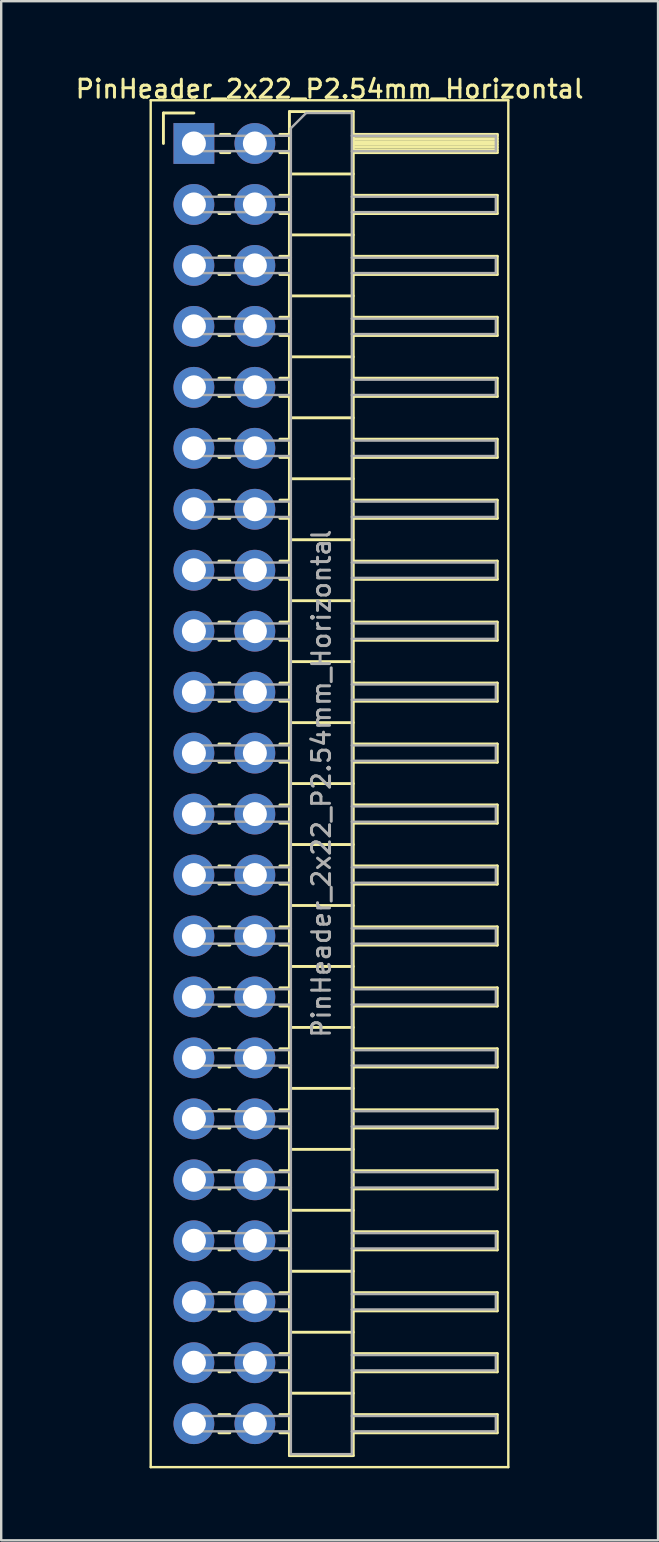
<source format=kicad_pcb>
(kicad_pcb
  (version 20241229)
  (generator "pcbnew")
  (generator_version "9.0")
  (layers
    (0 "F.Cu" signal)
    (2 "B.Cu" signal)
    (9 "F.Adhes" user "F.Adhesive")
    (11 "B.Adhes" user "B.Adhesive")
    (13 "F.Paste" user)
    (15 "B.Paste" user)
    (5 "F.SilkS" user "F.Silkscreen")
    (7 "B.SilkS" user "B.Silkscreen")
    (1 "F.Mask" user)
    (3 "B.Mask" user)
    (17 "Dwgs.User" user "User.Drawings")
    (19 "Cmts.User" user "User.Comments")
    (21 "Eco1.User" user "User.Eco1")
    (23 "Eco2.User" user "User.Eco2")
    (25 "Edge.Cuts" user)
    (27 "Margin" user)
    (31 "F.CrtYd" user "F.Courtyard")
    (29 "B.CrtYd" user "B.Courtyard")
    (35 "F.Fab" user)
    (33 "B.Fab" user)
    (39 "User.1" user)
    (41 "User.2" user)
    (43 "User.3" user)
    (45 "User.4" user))
  (footprint "PinHeader_2x22_P2.54mm_Horizontal"
    (layer "F.Cu")
    (at 5.029 2.928)
    (property "Reference" "PinHeader_2x22_P2.54mm_Horizontal" (at 5.655 -2.27 0) (layer "F.SilkS") (effects (font (size 0.75 0.75) (thickness 0.125))))
    (attr through_hole)
    (fp_line (start -1.8 -1.8) (end -1.8 55.15) (stroke (width 0.1) (type solid)) (layer "F.SilkS"))
    (fp_line (start -1.8 55.15) (end 13.1 55.15) (stroke (width 0.1) (type solid)) (layer "F.SilkS"))
    (fp_line (start -1.27 -1.27) (end 0 -1.27) (stroke (width 0.12) (type solid)) (layer "F.SilkS"))
    (fp_line (start -1.27 0) (end -1.27 -1.27) (stroke (width 0.12) (type solid)) (layer "F.SilkS"))
    (fp_line (start 1.043 2.16) (end 1.497 2.16) (stroke (width 0.12) (type solid)) (layer "F.SilkS"))
    (fp_line (start 1.043 2.92) (end 1.497 2.92) (stroke (width 0.12) (type solid)) (layer "F.SilkS"))
    (fp_line (start 1.043 4.7) (end 1.497 4.7) (stroke (width 0.12) (type solid)) (layer "F.SilkS"))
    (fp_line (start 1.043 5.46) (end 1.497 5.46) (stroke (width 0.12) (type solid)) (layer "F.SilkS"))
    (fp_line (start 1.043 7.24) (end 1.497 7.24) (stroke (width 0.12) (type solid)) (layer "F.SilkS"))
    (fp_line (start 1.043 8) (end 1.497 8) (stroke (width 0.12) (type solid)) (layer "F.SilkS"))
    (fp_line (start 1.043 9.78) (end 1.497 9.78) (stroke (width 0.12) (type solid)) (layer "F.SilkS"))
    (fp_line (start 1.043 10.54) (end 1.497 10.54) (stroke (width 0.12) (type solid)) (layer "F.SilkS"))
    (fp_line (start 1.043 12.32) (end 1.497 12.32) (stroke (width 0.12) (type solid)) (layer "F.SilkS"))
    (fp_line (start 1.043 13.08) (end 1.497 13.08) (stroke (width 0.12) (type solid)) (layer "F.SilkS"))
    (fp_line (start 1.043 14.86) (end 1.497 14.86) (stroke (width 0.12) (type solid)) (layer "F.SilkS"))
    (fp_line (start 1.043 15.62) (end 1.497 15.62) (stroke (width 0.12) (type solid)) (layer "F.SilkS"))
    (fp_line (start 1.043 17.4) (end 1.497 17.4) (stroke (width 0.12) (type solid)) (layer "F.SilkS"))
    (fp_line (start 1.043 18.16) (end 1.497 18.16) (stroke (width 0.12) (type solid)) (layer "F.SilkS"))
    (fp_line (start 1.043 19.94) (end 1.497 19.94) (stroke (width 0.12) (type solid)) (layer "F.SilkS"))
    (fp_line (start 1.043 20.7) (end 1.497 20.7) (stroke (width 0.12) (type solid)) (layer "F.SilkS"))
    (fp_line (start 1.043 22.48) (end 1.497 22.48) (stroke (width 0.12) (type solid)) (layer "F.SilkS"))
    (fp_line (start 1.043 23.24) (end 1.497 23.24) (stroke (width 0.12) (type solid)) (layer "F.SilkS"))
    (fp_line (start 1.043 25.02) (end 1.497 25.02) (stroke (width 0.12) (type solid)) (layer "F.SilkS"))
    (fp_line (start 1.043 25.78) (end 1.497 25.78) (stroke (width 0.12) (type solid)) (layer "F.SilkS"))
    (fp_line (start 1.043 27.56) (end 1.497 27.56) (stroke (width 0.12) (type solid)) (layer "F.SilkS"))
    (fp_line (start 1.043 28.32) (end 1.497 28.32) (stroke (width 0.12) (type solid)) (layer "F.SilkS"))
    (fp_line (start 1.043 30.1) (end 1.497 30.1) (stroke (width 0.12) (type solid)) (layer "F.SilkS"))
    (fp_line (start 1.043 30.86) (end 1.497 30.86) (stroke (width 0.12) (type solid)) (layer "F.SilkS"))
    (fp_line (start 1.043 32.64) (end 1.497 32.64) (stroke (width 0.12) (type solid)) (layer "F.SilkS"))
    (fp_line (start 1.043 33.4) (end 1.497 33.4) (stroke (width 0.12) (type solid)) (layer "F.SilkS"))
    (fp_line (start 1.043 35.18) (end 1.497 35.18) (stroke (width 0.12) (type solid)) (layer "F.SilkS"))
    (fp_line (start 1.043 35.94) (end 1.497 35.94) (stroke (width 0.12) (type solid)) (layer "F.SilkS"))
    (fp_line (start 1.043 37.72) (end 1.497 37.72) (stroke (width 0.12) (type solid)) (layer "F.SilkS"))
    (fp_line (start 1.043 38.48) (end 1.497 38.48) (stroke (width 0.12) (type solid)) (layer "F.SilkS"))
    (fp_line (start 1.043 40.26) (end 1.497 40.26) (stroke (width 0.12) (type solid)) (layer "F.SilkS"))
    (fp_line (start 1.043 41.02) (end 1.497 41.02) (stroke (width 0.12) (type solid)) (layer "F.SilkS"))
    (fp_line (start 1.043 42.8) (end 1.497 42.8) (stroke (width 0.12) (type solid)) (layer "F.SilkS"))
    (fp_line (start 1.043 43.56) (end 1.497 43.56) (stroke (width 0.12) (type solid)) (layer "F.SilkS"))
    (fp_line (start 1.043 45.34) (end 1.497 45.34) (stroke (width 0.12) (type solid)) (layer "F.SilkS"))
    (fp_line (start 1.043 46.1) (end 1.497 46.1) (stroke (width 0.12) (type solid)) (layer "F.SilkS"))
    (fp_line (start 1.043 47.88) (end 1.497 47.88) (stroke (width 0.12) (type solid)) (layer "F.SilkS"))
    (fp_line (start 1.043 48.64) (end 1.497 48.64) (stroke (width 0.12) (type solid)) (layer "F.SilkS"))
    (fp_line (start 1.043 50.42) (end 1.497 50.42) (stroke (width 0.12) (type solid)) (layer "F.SilkS"))
    (fp_line (start 1.043 51.18) (end 1.497 51.18) (stroke (width 0.12) (type solid)) (layer "F.SilkS"))
    (fp_line (start 1.043 52.96) (end 1.497 52.96) (stroke (width 0.12) (type solid)) (layer "F.SilkS"))
    (fp_line (start 1.043 53.72) (end 1.497 53.72) (stroke (width 0.12) (type solid)) (layer "F.SilkS"))
    (fp_line (start 1.11 -0.38) (end 1.497 -0.38) (stroke (width 0.12) (type solid)) (layer "F.SilkS"))
    (fp_line (start 1.11 0.38) (end 1.497 0.38) (stroke (width 0.12) (type solid)) (layer "F.SilkS"))
    (fp_line (start 3.583 -0.38) (end 3.98 -0.38) (stroke (width 0.12) (type solid)) (layer "F.SilkS"))
    (fp_line (start 3.583 0.38) (end 3.98 0.38) (stroke (width 0.12) (type solid)) (layer "F.SilkS"))
    (fp_line (start 3.583 2.16) (end 3.98 2.16) (stroke (width 0.12) (type solid)) (layer "F.SilkS"))
    (fp_line (start 3.583 2.92) (end 3.98 2.92) (stroke (width 0.12) (type solid)) (layer "F.SilkS"))
    (fp_line (start 3.583 4.7) (end 3.98 4.7) (stroke (width 0.12) (type solid)) (layer "F.SilkS"))
    (fp_line (start 3.583 5.46) (end 3.98 5.46) (stroke (width 0.12) (type solid)) (layer "F.SilkS"))
    (fp_line (start 3.583 7.24) (end 3.98 7.24) (stroke (width 0.12) (type solid)) (layer "F.SilkS"))
    (fp_line (start 3.583 8) (end 3.98 8) (stroke (width 0.12) (type solid)) (layer "F.SilkS"))
    (fp_line (start 3.583 9.78) (end 3.98 9.78) (stroke (width 0.12) (type solid)) (layer "F.SilkS"))
    (fp_line (start 3.583 10.54) (end 3.98 10.54) (stroke (width 0.12) (type solid)) (layer "F.SilkS"))
    (fp_line (start 3.583 12.32) (end 3.98 12.32) (stroke (width 0.12) (type solid)) (layer "F.SilkS"))
    (fp_line (start 3.583 13.08) (end 3.98 13.08) (stroke (width 0.12) (type solid)) (layer "F.SilkS"))
    (fp_line (start 3.583 14.86) (end 3.98 14.86) (stroke (width 0.12) (type solid)) (layer "F.SilkS"))
    (fp_line (start 3.583 15.62) (end 3.98 15.62) (stroke (width 0.12) (type solid)) (layer "F.SilkS"))
    (fp_line (start 3.583 17.4) (end 3.98 17.4) (stroke (width 0.12) (type solid)) (layer "F.SilkS"))
    (fp_line (start 3.583 18.16) (end 3.98 18.16) (stroke (width 0.12) (type solid)) (layer "F.SilkS"))
    (fp_line (start 3.583 19.94) (end 3.98 19.94) (stroke (width 0.12) (type solid)) (layer "F.SilkS"))
    (fp_line (start 3.583 20.7) (end 3.98 20.7) (stroke (width 0.12) (type solid)) (layer "F.SilkS"))
    (fp_line (start 3.583 22.48) (end 3.98 22.48) (stroke (width 0.12) (type solid)) (layer "F.SilkS"))
    (fp_line (start 3.583 23.24) (end 3.98 23.24) (stroke (width 0.12) (type solid)) (layer "F.SilkS"))
    (fp_line (start 3.583 25.02) (end 3.98 25.02) (stroke (width 0.12) (type solid)) (layer "F.SilkS"))
    (fp_line (start 3.583 25.78) (end 3.98 25.78) (stroke (width 0.12) (type solid)) (layer "F.SilkS"))
    (fp_line (start 3.583 27.56) (end 3.98 27.56) (stroke (width 0.12) (type solid)) (layer "F.SilkS"))
    (fp_line (start 3.583 28.32) (end 3.98 28.32) (stroke (width 0.12) (type solid)) (layer "F.SilkS"))
    (fp_line (start 3.583 30.1) (end 3.98 30.1) (stroke (width 0.12) (type solid)) (layer "F.SilkS"))
    (fp_line (start 3.583 30.86) (end 3.98 30.86) (stroke (width 0.12) (type solid)) (layer "F.SilkS"))
    (fp_line (start 3.583 32.64) (end 3.98 32.64) (stroke (width 0.12) (type solid)) (layer "F.SilkS"))
    (fp_line (start 3.583 33.4) (end 3.98 33.4) (stroke (width 0.12) (type solid)) (layer "F.SilkS"))
    (fp_line (start 3.583 35.18) (end 3.98 35.18) (stroke (width 0.12) (type solid)) (layer "F.SilkS"))
    (fp_line (start 3.583 35.94) (end 3.98 35.94) (stroke (width 0.12) (type solid)) (layer "F.SilkS"))
    (fp_line (start 3.583 37.72) (end 3.98 37.72) (stroke (width 0.12) (type solid)) (layer "F.SilkS"))
    (fp_line (start 3.583 38.48) (end 3.98 38.48) (stroke (width 0.12) (type solid)) (layer "F.SilkS"))
    (fp_line (start 3.583 40.26) (end 3.98 40.26) (stroke (width 0.12) (type solid)) (layer "F.SilkS"))
    (fp_line (start 3.583 41.02) (end 3.98 41.02) (stroke (width 0.12) (type solid)) (layer "F.SilkS"))
    (fp_line (start 3.583 42.8) (end 3.98 42.8) (stroke (width 0.12) (type solid)) (layer "F.SilkS"))
    (fp_line (start 3.583 43.56) (end 3.98 43.56) (stroke (width 0.12) (type solid)) (layer "F.SilkS"))
    (fp_line (start 3.583 45.34) (end 3.98 45.34) (stroke (width 0.12) (type solid)) (layer "F.SilkS"))
    (fp_line (start 3.583 46.1) (end 3.98 46.1) (stroke (width 0.12) (type solid)) (layer "F.SilkS"))
    (fp_line (start 3.583 47.88) (end 3.98 47.88) (stroke (width 0.12) (type solid)) (layer "F.SilkS"))
    (fp_line (start 3.583 48.64) (end 3.98 48.64) (stroke (width 0.12) (type solid)) (layer "F.SilkS"))
    (fp_line (start 3.583 50.42) (end 3.98 50.42) (stroke (width 0.12) (type solid)) (layer "F.SilkS"))
    (fp_line (start 3.583 51.18) (end 3.98 51.18) (stroke (width 0.12) (type solid)) (layer "F.SilkS"))
    (fp_line (start 3.583 52.96) (end 3.98 52.96) (stroke (width 0.12) (type solid)) (layer "F.SilkS"))
    (fp_line (start 3.583 53.72) (end 3.98 53.72) (stroke (width 0.12) (type solid)) (layer "F.SilkS"))
    (fp_line (start 3.98 -1.33) (end 3.98 54.67) (stroke (width 0.12) (type solid)) (layer "F.SilkS"))
    (fp_line (start 3.98 1.27) (end 6.64 1.27) (stroke (width 0.12) (type solid)) (layer "F.SilkS"))
    (fp_line (start 3.98 3.81) (end 6.64 3.81) (stroke (width 0.12) (type solid)) (layer "F.SilkS"))
    (fp_line (start 3.98 6.35) (end 6.64 6.35) (stroke (width 0.12) (type solid)) (layer "F.SilkS"))
    (fp_line (start 3.98 8.89) (end 6.64 8.89) (stroke (width 0.12) (type solid)) (layer "F.SilkS"))
    (fp_line (start 3.98 11.43) (end 6.64 11.43) (stroke (width 0.12) (type solid)) (layer "F.SilkS"))
    (fp_line (start 3.98 13.97) (end 6.64 13.97) (stroke (width 0.12) (type solid)) (layer "F.SilkS"))
    (fp_line (start 3.98 16.51) (end 6.64 16.51) (stroke (width 0.12) (type solid)) (layer "F.SilkS"))
    (fp_line (start 3.98 19.05) (end 6.64 19.05) (stroke (width 0.12) (type solid)) (layer "F.SilkS"))
    (fp_line (start 3.98 21.59) (end 6.64 21.59) (stroke (width 0.12) (type solid)) (layer "F.SilkS"))
    (fp_line (start 3.98 24.13) (end 6.64 24.13) (stroke (width 0.12) (type solid)) (layer "F.SilkS"))
    (fp_line (start 3.98 26.67) (end 6.64 26.67) (stroke (width 0.12) (type solid)) (layer "F.SilkS"))
    (fp_line (start 3.98 29.21) (end 6.64 29.21) (stroke (width 0.12) (type solid)) (layer "F.SilkS"))
    (fp_line (start 3.98 31.75) (end 6.64 31.75) (stroke (width 0.12) (type solid)) (layer "F.SilkS"))
    (fp_line (start 3.98 34.29) (end 6.64 34.29) (stroke (width 0.12) (type solid)) (layer "F.SilkS"))
    (fp_line (start 3.98 36.83) (end 6.64 36.83) (stroke (width 0.12) (type solid)) (layer "F.SilkS"))
    (fp_line (start 3.98 39.37) (end 6.64 39.37) (stroke (width 0.12) (type solid)) (layer "F.SilkS"))
    (fp_line (start 3.98 41.91) (end 6.64 41.91) (stroke (width 0.12) (type solid)) (layer "F.SilkS"))
    (fp_line (start 3.98 44.45) (end 6.64 44.45) (stroke (width 0.12) (type solid)) (layer "F.SilkS"))
    (fp_line (start 3.98 46.99) (end 6.64 46.99) (stroke (width 0.12) (type solid)) (layer "F.SilkS"))
    (fp_line (start 3.98 49.53) (end 6.64 49.53) (stroke (width 0.12) (type solid)) (layer "F.SilkS"))
    (fp_line (start 3.98 52.07) (end 6.64 52.07) (stroke (width 0.12) (type solid)) (layer "F.SilkS"))
    (fp_line (start 3.98 54.67) (end 6.64 54.67) (stroke (width 0.12) (type solid)) (layer "F.SilkS"))
    (fp_line (start 6.64 -1.33) (end 3.98 -1.33) (stroke (width 0.12) (type solid)) (layer "F.SilkS"))
    (fp_line (start 6.64 -0.38) (end 12.64 -0.38) (stroke (width 0.12) (type solid)) (layer "F.SilkS"))
    (fp_line (start 6.64 -0.32) (end 12.64 -0.32) (stroke (width 0.12) (type solid)) (layer "F.SilkS"))
    (fp_line (start 6.64 -0.2) (end 12.64 -0.2) (stroke (width 0.12) (type solid)) (layer "F.SilkS"))
    (fp_line (start 6.64 -0.08) (end 12.64 -0.08) (stroke (width 0.12) (type solid)) (layer "F.SilkS"))
    (fp_line (start 6.64 0.04) (end 12.64 0.04) (stroke (width 0.12) (type solid)) (layer "F.SilkS"))
    (fp_line (start 6.64 0.16) (end 12.64 0.16) (stroke (width 0.12) (type solid)) (layer "F.SilkS"))
    (fp_line (start 6.64 0.28) (end 12.64 0.28) (stroke (width 0.12) (type solid)) (layer "F.SilkS"))
    (fp_line (start 6.64 2.16) (end 12.64 2.16) (stroke (width 0.12) (type solid)) (layer "F.SilkS"))
    (fp_line (start 6.64 4.7) (end 12.64 4.7) (stroke (width 0.12) (type solid)) (layer "F.SilkS"))
    (fp_line (start 6.64 7.24) (end 12.64 7.24) (stroke (width 0.12) (type solid)) (layer "F.SilkS"))
    (fp_line (start 6.64 9.78) (end 12.64 9.78) (stroke (width 0.12) (type solid)) (layer "F.SilkS"))
    (fp_line (start 6.64 12.32) (end 12.64 12.32) (stroke (width 0.12) (type solid)) (layer "F.SilkS"))
    (fp_line (start 6.64 14.86) (end 12.64 14.86) (stroke (width 0.12) (type solid)) (layer "F.SilkS"))
    (fp_line (start 6.64 17.4) (end 12.64 17.4) (stroke (width 0.12) (type solid)) (layer "F.SilkS"))
    (fp_line (start 6.64 19.94) (end 12.64 19.94) (stroke (width 0.12) (type solid)) (layer "F.SilkS"))
    (fp_line (start 6.64 22.48) (end 12.64 22.48) (stroke (width 0.12) (type solid)) (layer "F.SilkS"))
    (fp_line (start 6.64 25.02) (end 12.64 25.02) (stroke (width 0.12) (type solid)) (layer "F.SilkS"))
    (fp_line (start 6.64 27.56) (end 12.64 27.56) (stroke (width 0.12) (type solid)) (layer "F.SilkS"))
    (fp_line (start 6.64 30.1) (end 12.64 30.1) (stroke (width 0.12) (type solid)) (layer "F.SilkS"))
    (fp_line (start 6.64 32.64) (end 12.64 32.64) (stroke (width 0.12) (type solid)) (layer "F.SilkS"))
    (fp_line (start 6.64 35.18) (end 12.64 35.18) (stroke (width 0.12) (type solid)) (layer "F.SilkS"))
    (fp_line (start 6.64 37.72) (end 12.64 37.72) (stroke (width 0.12) (type solid)) (layer "F.SilkS"))
    (fp_line (start 6.64 40.26) (end 12.64 40.26) (stroke (width 0.12) (type solid)) (layer "F.SilkS"))
    (fp_line (start 6.64 42.8) (end 12.64 42.8) (stroke (width 0.12) (type solid)) (layer "F.SilkS"))
    (fp_line (start 6.64 45.34) (end 12.64 45.34) (stroke (width 0.12) (type solid)) (layer "F.SilkS"))
    (fp_line (start 6.64 47.88) (end 12.64 47.88) (stroke (width 0.12) (type solid)) (layer "F.SilkS"))
    (fp_line (start 6.64 50.42) (end 12.64 50.42) (stroke (width 0.12) (type solid)) (layer "F.SilkS"))
    (fp_line (start 6.64 52.96) (end 12.64 52.96) (stroke (width 0.12) (type solid)) (layer "F.SilkS"))
    (fp_line (start 6.64 54.67) (end 6.64 -1.33) (stroke (width 0.12) (type solid)) (layer "F.SilkS"))
    (fp_line (start 12.64 -0.38) (end 12.64 0.38) (stroke (width 0.12) (type solid)) (layer "F.SilkS"))
    (fp_line (start 12.64 0.38) (end 6.64 0.38) (stroke (width 0.12) (type solid)) (layer "F.SilkS"))
    (fp_line (start 12.64 2.16) (end 12.64 2.92) (stroke (width 0.12) (type solid)) (layer "F.SilkS"))
    (fp_line (start 12.64 2.92) (end 6.64 2.92) (stroke (width 0.12) (type solid)) (layer "F.SilkS"))
    (fp_line (start 12.64 4.7) (end 12.64 5.46) (stroke (width 0.12) (type solid)) (layer "F.SilkS"))
    (fp_line (start 12.64 5.46) (end 6.64 5.46) (stroke (width 0.12) (type solid)) (layer "F.SilkS"))
    (fp_line (start 12.64 7.24) (end 12.64 8) (stroke (width 0.12) (type solid)) (layer "F.SilkS"))
    (fp_line (start 12.64 8) (end 6.64 8) (stroke (width 0.12) (type solid)) (layer "F.SilkS"))
    (fp_line (start 12.64 9.78) (end 12.64 10.54) (stroke (width 0.12) (type solid)) (layer "F.SilkS"))
    (fp_line (start 12.64 10.54) (end 6.64 10.54) (stroke (width 0.12) (type solid)) (layer "F.SilkS"))
    (fp_line (start 12.64 12.32) (end 12.64 13.08) (stroke (width 0.12) (type solid)) (layer "F.SilkS"))
    (fp_line (start 12.64 13.08) (end 6.64 13.08) (stroke (width 0.12) (type solid)) (layer "F.SilkS"))
    (fp_line (start 12.64 14.86) (end 12.64 15.62) (stroke (width 0.12) (type solid)) (layer "F.SilkS"))
    (fp_line (start 12.64 15.62) (end 6.64 15.62) (stroke (width 0.12) (type solid)) (layer "F.SilkS"))
    (fp_line (start 12.64 17.4) (end 12.64 18.16) (stroke (width 0.12) (type solid)) (layer "F.SilkS"))
    (fp_line (start 12.64 18.16) (end 6.64 18.16) (stroke (width 0.12) (type solid)) (layer "F.SilkS"))
    (fp_line (start 12.64 19.94) (end 12.64 20.7) (stroke (width 0.12) (type solid)) (layer "F.SilkS"))
    (fp_line (start 12.64 20.7) (end 6.64 20.7) (stroke (width 0.12) (type solid)) (layer "F.SilkS"))
    (fp_line (start 12.64 22.48) (end 12.64 23.24) (stroke (width 0.12) (type solid)) (layer "F.SilkS"))
    (fp_line (start 12.64 23.24) (end 6.64 23.24) (stroke (width 0.12) (type solid)) (layer "F.SilkS"))
    (fp_line (start 12.64 25.02) (end 12.64 25.78) (stroke (width 0.12) (type solid)) (layer "F.SilkS"))
    (fp_line (start 12.64 25.78) (end 6.64 25.78) (stroke (width 0.12) (type solid)) (layer "F.SilkS"))
    (fp_line (start 12.64 27.56) (end 12.64 28.32) (stroke (width 0.12) (type solid)) (layer "F.SilkS"))
    (fp_line (start 12.64 28.32) (end 6.64 28.32) (stroke (width 0.12) (type solid)) (layer "F.SilkS"))
    (fp_line (start 12.64 30.1) (end 12.64 30.86) (stroke (width 0.12) (type solid)) (layer "F.SilkS"))
    (fp_line (start 12.64 30.86) (end 6.64 30.86) (stroke (width 0.12) (type solid)) (layer "F.SilkS"))
    (fp_line (start 12.64 32.64) (end 12.64 33.4) (stroke (width 0.12) (type solid)) (layer "F.SilkS"))
    (fp_line (start 12.64 33.4) (end 6.64 33.4) (stroke (width 0.12) (type solid)) (layer "F.SilkS"))
    (fp_line (start 12.64 35.18) (end 12.64 35.94) (stroke (width 0.12) (type solid)) (layer "F.SilkS"))
    (fp_line (start 12.64 35.94) (end 6.64 35.94) (stroke (width 0.12) (type solid)) (layer "F.SilkS"))
    (fp_line (start 12.64 37.72) (end 12.64 38.48) (stroke (width 0.12) (type solid)) (layer "F.SilkS"))
    (fp_line (start 12.64 38.48) (end 6.64 38.48) (stroke (width 0.12) (type solid)) (layer "F.SilkS"))
    (fp_line (start 12.64 40.26) (end 12.64 41.02) (stroke (width 0.12) (type solid)) (layer "F.SilkS"))
    (fp_line (start 12.64 41.02) (end 6.64 41.02) (stroke (width 0.12) (type solid)) (layer "F.SilkS"))
    (fp_line (start 12.64 42.8) (end 12.64 43.56) (stroke (width 0.12) (type solid)) (layer "F.SilkS"))
    (fp_line (start 12.64 43.56) (end 6.64 43.56) (stroke (width 0.12) (type solid)) (layer "F.SilkS"))
    (fp_line (start 12.64 45.34) (end 12.64 46.1) (stroke (width 0.12) (type solid)) (layer "F.SilkS"))
    (fp_line (start 12.64 46.1) (end 6.64 46.1) (stroke (width 0.12) (type solid)) (layer "F.SilkS"))
    (fp_line (start 12.64 47.88) (end 12.64 48.64) (stroke (width 0.12) (type solid)) (layer "F.SilkS"))
    (fp_line (start 12.64 48.64) (end 6.64 48.64) (stroke (width 0.12) (type solid)) (layer "F.SilkS"))
    (fp_line (start 12.64 50.42) (end 12.64 51.18) (stroke (width 0.12) (type solid)) (layer "F.SilkS"))
    (fp_line (start 12.64 51.18) (end 6.64 51.18) (stroke (width 0.12) (type solid)) (layer "F.SilkS"))
    (fp_line (start 12.64 52.96) (end 12.64 53.72) (stroke (width 0.12) (type solid)) (layer "F.SilkS"))
    (fp_line (start 12.64 53.72) (end 6.64 53.72) (stroke (width 0.12) (type solid)) (layer "F.SilkS"))
    (fp_line (start 13.1 -1.8) (end -1.8 -1.8) (stroke (width 0.1) (type solid)) (layer "F.SilkS"))
    (fp_line (start 13.1 55.15) (end 13.1 -1.8) (stroke (width 0.1) (type solid)) (layer "F.SilkS"))
    (fp_line (start -0.32 -0.32) (end -0.32 0.32) (stroke (width 0.1) (type solid)) (layer "F.Fab"))
    (fp_line (start -0.32 -0.32) (end 4.04 -0.32) (stroke (width 0.1) (type solid)) (layer "F.Fab"))
    (fp_line (start -0.32 0.32) (end 4.04 0.32) (stroke (width 0.1) (type solid)) (layer "F.Fab"))
    (fp_line (start -0.32 2.22) (end -0.32 2.86) (stroke (width 0.1) (type solid)) (layer "F.Fab"))
    (fp_line (start -0.32 2.22) (end 4.04 2.22) (stroke (width 0.1) (type solid)) (layer "F.Fab"))
    (fp_line (start -0.32 2.86) (end 4.04 2.86) (stroke (width 0.1) (type solid)) (layer "F.Fab"))
    (fp_line (start -0.32 4.76) (end -0.32 5.4) (stroke (width 0.1) (type solid)) (layer "F.Fab"))
    (fp_line (start -0.32 4.76) (end 4.04 4.76) (stroke (width 0.1) (type solid)) (layer "F.Fab"))
    (fp_line (start -0.32 5.4) (end 4.04 5.4) (stroke (width 0.1) (type solid)) (layer "F.Fab"))
    (fp_line (start -0.32 7.3) (end -0.32 7.94) (stroke (width 0.1) (type solid)) (layer "F.Fab"))
    (fp_line (start -0.32 7.3) (end 4.04 7.3) (stroke (width 0.1) (type solid)) (layer "F.Fab"))
    (fp_line (start -0.32 7.94) (end 4.04 7.94) (stroke (width 0.1) (type solid)) (layer "F.Fab"))
    (fp_line (start -0.32 9.84) (end -0.32 10.48) (stroke (width 0.1) (type solid)) (layer "F.Fab"))
    (fp_line (start -0.32 9.84) (end 4.04 9.84) (stroke (width 0.1) (type solid)) (layer "F.Fab"))
    (fp_line (start -0.32 10.48) (end 4.04 10.48) (stroke (width 0.1) (type solid)) (layer "F.Fab"))
    (fp_line (start -0.32 12.38) (end -0.32 13.02) (stroke (width 0.1) (type solid)) (layer "F.Fab"))
    (fp_line (start -0.32 12.38) (end 4.04 12.38) (stroke (width 0.1) (type solid)) (layer "F.Fab"))
    (fp_line (start -0.32 13.02) (end 4.04 13.02) (stroke (width 0.1) (type solid)) (layer "F.Fab"))
    (fp_line (start -0.32 14.92) (end -0.32 15.56) (stroke (width 0.1) (type solid)) (layer "F.Fab"))
    (fp_line (start -0.32 14.92) (end 4.04 14.92) (stroke (width 0.1) (type solid)) (layer "F.Fab"))
    (fp_line (start -0.32 15.56) (end 4.04 15.56) (stroke (width 0.1) (type solid)) (layer "F.Fab"))
    (fp_line (start -0.32 17.46) (end -0.32 18.1) (stroke (width 0.1) (type solid)) (layer "F.Fab"))
    (fp_line (start -0.32 17.46) (end 4.04 17.46) (stroke (width 0.1) (type solid)) (layer "F.Fab"))
    (fp_line (start -0.32 18.1) (end 4.04 18.1) (stroke (width 0.1) (type solid)) (layer "F.Fab"))
    (fp_line (start -0.32 20) (end -0.32 20.64) (stroke (width 0.1) (type solid)) (layer "F.Fab"))
    (fp_line (start -0.32 20) (end 4.04 20) (stroke (width 0.1) (type solid)) (layer "F.Fab"))
    (fp_line (start -0.32 20.64) (end 4.04 20.64) (stroke (width 0.1) (type solid)) (layer "F.Fab"))
    (fp_line (start -0.32 22.54) (end -0.32 23.18) (stroke (width 0.1) (type solid)) (layer "F.Fab"))
    (fp_line (start -0.32 22.54) (end 4.04 22.54) (stroke (width 0.1) (type solid)) (layer "F.Fab"))
    (fp_line (start -0.32 23.18) (end 4.04 23.18) (stroke (width 0.1) (type solid)) (layer "F.Fab"))
    (fp_line (start -0.32 25.08) (end -0.32 25.72) (stroke (width 0.1) (type solid)) (layer "F.Fab"))
    (fp_line (start -0.32 25.08) (end 4.04 25.08) (stroke (width 0.1) (type solid)) (layer "F.Fab"))
    (fp_line (start -0.32 25.72) (end 4.04 25.72) (stroke (width 0.1) (type solid)) (layer "F.Fab"))
    (fp_line (start -0.32 27.62) (end -0.32 28.26) (stroke (width 0.1) (type solid)) (layer "F.Fab"))
    (fp_line (start -0.32 27.62) (end 4.04 27.62) (stroke (width 0.1) (type solid)) (layer "F.Fab"))
    (fp_line (start -0.32 28.26) (end 4.04 28.26) (stroke (width 0.1) (type solid)) (layer "F.Fab"))
    (fp_line (start -0.32 30.16) (end -0.32 30.8) (stroke (width 0.1) (type solid)) (layer "F.Fab"))
    (fp_line (start -0.32 30.16) (end 4.04 30.16) (stroke (width 0.1) (type solid)) (layer "F.Fab"))
    (fp_line (start -0.32 30.8) (end 4.04 30.8) (stroke (width 0.1) (type solid)) (layer "F.Fab"))
    (fp_line (start -0.32 32.7) (end -0.32 33.34) (stroke (width 0.1) (type solid)) (layer "F.Fab"))
    (fp_line (start -0.32 32.7) (end 4.04 32.7) (stroke (width 0.1) (type solid)) (layer "F.Fab"))
    (fp_line (start -0.32 33.34) (end 4.04 33.34) (stroke (width 0.1) (type solid)) (layer "F.Fab"))
    (fp_line (start -0.32 35.24) (end -0.32 35.88) (stroke (width 0.1) (type solid)) (layer "F.Fab"))
    (fp_line (start -0.32 35.24) (end 4.04 35.24) (stroke (width 0.1) (type solid)) (layer "F.Fab"))
    (fp_line (start -0.32 35.88) (end 4.04 35.88) (stroke (width 0.1) (type solid)) (layer "F.Fab"))
    (fp_line (start -0.32 37.78) (end -0.32 38.42) (stroke (width 0.1) (type solid)) (layer "F.Fab"))
    (fp_line (start -0.32 37.78) (end 4.04 37.78) (stroke (width 0.1) (type solid)) (layer "F.Fab"))
    (fp_line (start -0.32 38.42) (end 4.04 38.42) (stroke (width 0.1) (type solid)) (layer "F.Fab"))
    (fp_line (start -0.32 40.32) (end -0.32 40.96) (stroke (width 0.1) (type solid)) (layer "F.Fab"))
    (fp_line (start -0.32 40.32) (end 4.04 40.32) (stroke (width 0.1) (type solid)) (layer "F.Fab"))
    (fp_line (start -0.32 40.96) (end 4.04 40.96) (stroke (width 0.1) (type solid)) (layer "F.Fab"))
    (fp_line (start -0.32 42.86) (end -0.32 43.5) (stroke (width 0.1) (type solid)) (layer "F.Fab"))
    (fp_line (start -0.32 42.86) (end 4.04 42.86) (stroke (width 0.1) (type solid)) (layer "F.Fab"))
    (fp_line (start -0.32 43.5) (end 4.04 43.5) (stroke (width 0.1) (type solid)) (layer "F.Fab"))
    (fp_line (start -0.32 45.4) (end -0.32 46.04) (stroke (width 0.1) (type solid)) (layer "F.Fab"))
    (fp_line (start -0.32 45.4) (end 4.04 45.4) (stroke (width 0.1) (type solid)) (layer "F.Fab"))
    (fp_line (start -0.32 46.04) (end 4.04 46.04) (stroke (width 0.1) (type solid)) (layer "F.Fab"))
    (fp_line (start -0.32 47.94) (end -0.32 48.58) (stroke (width 0.1) (type solid)) (layer "F.Fab"))
    (fp_line (start -0.32 47.94) (end 4.04 47.94) (stroke (width 0.1) (type solid)) (layer "F.Fab"))
    (fp_line (start -0.32 48.58) (end 4.04 48.58) (stroke (width 0.1) (type solid)) (layer "F.Fab"))
    (fp_line (start -0.32 50.48) (end -0.32 51.12) (stroke (width 0.1) (type solid)) (layer "F.Fab"))
    (fp_line (start -0.32 50.48) (end 4.04 50.48) (stroke (width 0.1) (type solid)) (layer "F.Fab"))
    (fp_line (start -0.32 51.12) (end 4.04 51.12) (stroke (width 0.1) (type solid)) (layer "F.Fab"))
    (fp_line (start -0.32 53.02) (end -0.32 53.66) (stroke (width 0.1) (type solid)) (layer "F.Fab"))
    (fp_line (start -0.32 53.02) (end 4.04 53.02) (stroke (width 0.1) (type solid)) (layer "F.Fab"))
    (fp_line (start -0.32 53.66) (end 4.04 53.66) (stroke (width 0.1) (type solid)) (layer "F.Fab"))
    (fp_line (start 4.04 -0.635) (end 4.675 -1.27) (stroke (width 0.1) (type solid)) (layer "F.Fab"))
    (fp_line (start 4.04 54.61) (end 4.04 -0.635) (stroke (width 0.1) (type solid)) (layer "F.Fab"))
    (fp_line (start 4.675 -1.27) (end 6.58 -1.27) (stroke (width 0.1) (type solid)) (layer "F.Fab"))
    (fp_line (start 6.58 -1.27) (end 6.58 54.61) (stroke (width 0.1) (type solid)) (layer "F.Fab"))
    (fp_line (start 6.58 -0.32) (end 12.58 -0.32) (stroke (width 0.1) (type solid)) (layer "F.Fab"))
    (fp_line (start 6.58 0.32) (end 12.58 0.32) (stroke (width 0.1) (type solid)) (layer "F.Fab"))
    (fp_line (start 6.58 2.22) (end 12.58 2.22) (stroke (width 0.1) (type solid)) (layer "F.Fab"))
    (fp_line (start 6.58 2.86) (end 12.58 2.86) (stroke (width 0.1) (type solid)) (layer "F.Fab"))
    (fp_line (start 6.58 4.76) (end 12.58 4.76) (stroke (width 0.1) (type solid)) (layer "F.Fab"))
    (fp_line (start 6.58 5.4) (end 12.58 5.4) (stroke (width 0.1) (type solid)) (layer "F.Fab"))
    (fp_line (start 6.58 7.3) (end 12.58 7.3) (stroke (width 0.1) (type solid)) (layer "F.Fab"))
    (fp_line (start 6.58 7.94) (end 12.58 7.94) (stroke (width 0.1) (type solid)) (layer "F.Fab"))
    (fp_line (start 6.58 9.84) (end 12.58 9.84) (stroke (width 0.1) (type solid)) (layer "F.Fab"))
    (fp_line (start 6.58 10.48) (end 12.58 10.48) (stroke (width 0.1) (type solid)) (layer "F.Fab"))
    (fp_line (start 6.58 12.38) (end 12.58 12.38) (stroke (width 0.1) (type solid)) (layer "F.Fab"))
    (fp_line (start 6.58 13.02) (end 12.58 13.02) (stroke (width 0.1) (type solid)) (layer "F.Fab"))
    (fp_line (start 6.58 14.92) (end 12.58 14.92) (stroke (width 0.1) (type solid)) (layer "F.Fab"))
    (fp_line (start 6.58 15.56) (end 12.58 15.56) (stroke (width 0.1) (type solid)) (layer "F.Fab"))
    (fp_line (start 6.58 17.46) (end 12.58 17.46) (stroke (width 0.1) (type solid)) (layer "F.Fab"))
    (fp_line (start 6.58 18.1) (end 12.58 18.1) (stroke (width 0.1) (type solid)) (layer "F.Fab"))
    (fp_line (start 6.58 20) (end 12.58 20) (stroke (width 0.1) (type solid)) (layer "F.Fab"))
    (fp_line (start 6.58 20.64) (end 12.58 20.64) (stroke (width 0.1) (type solid)) (layer "F.Fab"))
    (fp_line (start 6.58 22.54) (end 12.58 22.54) (stroke (width 0.1) (type solid)) (layer "F.Fab"))
    (fp_line (start 6.58 23.18) (end 12.58 23.18) (stroke (width 0.1) (type solid)) (layer "F.Fab"))
    (fp_line (start 6.58 25.08) (end 12.58 25.08) (stroke (width 0.1) (type solid)) (layer "F.Fab"))
    (fp_line (start 6.58 25.72) (end 12.58 25.72) (stroke (width 0.1) (type solid)) (layer "F.Fab"))
    (fp_line (start 6.58 27.62) (end 12.58 27.62) (stroke (width 0.1) (type solid)) (layer "F.Fab"))
    (fp_line (start 6.58 28.26) (end 12.58 28.26) (stroke (width 0.1) (type solid)) (layer "F.Fab"))
    (fp_line (start 6.58 30.16) (end 12.58 30.16) (stroke (width 0.1) (type solid)) (layer "F.Fab"))
    (fp_line (start 6.58 30.8) (end 12.58 30.8) (stroke (width 0.1) (type solid)) (layer "F.Fab"))
    (fp_line (start 6.58 32.7) (end 12.58 32.7) (stroke (width 0.1) (type solid)) (layer "F.Fab"))
    (fp_line (start 6.58 33.34) (end 12.58 33.34) (stroke (width 0.1) (type solid)) (layer "F.Fab"))
    (fp_line (start 6.58 35.24) (end 12.58 35.24) (stroke (width 0.1) (type solid)) (layer "F.Fab"))
    (fp_line (start 6.58 35.88) (end 12.58 35.88) (stroke (width 0.1) (type solid)) (layer "F.Fab"))
    (fp_line (start 6.58 37.78) (end 12.58 37.78) (stroke (width 0.1) (type solid)) (layer "F.Fab"))
    (fp_line (start 6.58 38.42) (end 12.58 38.42) (stroke (width 0.1) (type solid)) (layer "F.Fab"))
    (fp_line (start 6.58 40.32) (end 12.58 40.32) (stroke (width 0.1) (type solid)) (layer "F.Fab"))
    (fp_line (start 6.58 40.96) (end 12.58 40.96) (stroke (width 0.1) (type solid)) (layer "F.Fab"))
    (fp_line (start 6.58 42.86) (end 12.58 42.86) (stroke (width 0.1) (type solid)) (layer "F.Fab"))
    (fp_line (start 6.58 43.5) (end 12.58 43.5) (stroke (width 0.1) (type solid)) (layer "F.Fab"))
    (fp_line (start 6.58 45.4) (end 12.58 45.4) (stroke (width 0.1) (type solid)) (layer "F.Fab"))
    (fp_line (start 6.58 46.04) (end 12.58 46.04) (stroke (width 0.1) (type solid)) (layer "F.Fab"))
    (fp_line (start 6.58 47.94) (end 12.58 47.94) (stroke (width 0.1) (type solid)) (layer "F.Fab"))
    (fp_line (start 6.58 48.58) (end 12.58 48.58) (stroke (width 0.1) (type solid)) (layer "F.Fab"))
    (fp_line (start 6.58 50.48) (end 12.58 50.48) (stroke (width 0.1) (type solid)) (layer "F.Fab"))
    (fp_line (start 6.58 51.12) (end 12.58 51.12) (stroke (width 0.1) (type solid)) (layer "F.Fab"))
    (fp_line (start 6.58 53.02) (end 12.58 53.02) (stroke (width 0.1) (type solid)) (layer "F.Fab"))
    (fp_line (start 6.58 53.66) (end 12.58 53.66) (stroke (width 0.1) (type solid)) (layer "F.Fab"))
    (fp_line (start 6.58 54.61) (end 4.04 54.61) (stroke (width 0.1) (type solid)) (layer "F.Fab"))
    (fp_line (start 12.58 -0.32) (end 12.58 0.32) (stroke (width 0.1) (type solid)) (layer "F.Fab"))
    (fp_line (start 12.58 2.22) (end 12.58 2.86) (stroke (width 0.1) (type solid)) (layer "F.Fab"))
    (fp_line (start 12.58 4.76) (end 12.58 5.4) (stroke (width 0.1) (type solid)) (layer "F.Fab"))
    (fp_line (start 12.58 7.3) (end 12.58 7.94) (stroke (width 0.1) (type solid)) (layer "F.Fab"))
    (fp_line (start 12.58 9.84) (end 12.58 10.48) (stroke (width 0.1) (type solid)) (layer "F.Fab"))
    (fp_line (start 12.58 12.38) (end 12.58 13.02) (stroke (width 0.1) (type solid)) (layer "F.Fab"))
    (fp_line (start 12.58 14.92) (end 12.58 15.56) (stroke (width 0.1) (type solid)) (layer "F.Fab"))
    (fp_line (start 12.58 17.46) (end 12.58 18.1) (stroke (width 0.1) (type solid)) (layer "F.Fab"))
    (fp_line (start 12.58 20) (end 12.58 20.64) (stroke (width 0.1) (type solid)) (layer "F.Fab"))
    (fp_line (start 12.58 22.54) (end 12.58 23.18) (stroke (width 0.1) (type solid)) (layer "F.Fab"))
    (fp_line (start 12.58 25.08) (end 12.58 25.72) (stroke (width 0.1) (type solid)) (layer "F.Fab"))
    (fp_line (start 12.58 27.62) (end 12.58 28.26) (stroke (width 0.1) (type solid)) (layer "F.Fab"))
    (fp_line (start 12.58 30.16) (end 12.58 30.8) (stroke (width 0.1) (type solid)) (layer "F.Fab"))
    (fp_line (start 12.58 32.7) (end 12.58 33.34) (stroke (width 0.1) (type solid)) (layer "F.Fab"))
    (fp_line (start 12.58 35.24) (end 12.58 35.88) (stroke (width 0.1) (type solid)) (layer "F.Fab"))
    (fp_line (start 12.58 37.78) (end 12.58 38.42) (stroke (width 0.1) (type solid)) (layer "F.Fab"))
    (fp_line (start 12.58 40.32) (end 12.58 40.96) (stroke (width 0.1) (type solid)) (layer "F.Fab"))
    (fp_line (start 12.58 42.86) (end 12.58 43.5) (stroke (width 0.1) (type solid)) (layer "F.Fab"))
    (fp_line (start 12.58 45.4) (end 12.58 46.04) (stroke (width 0.1) (type solid)) (layer "F.Fab"))
    (fp_line (start 12.58 47.94) (end 12.58 48.58) (stroke (width 0.1) (type solid)) (layer "F.Fab"))
    (fp_line (start 12.58 50.48) (end 12.58 51.12) (stroke (width 0.1) (type solid)) (layer "F.Fab"))
    (fp_line (start 12.58 53.02) (end 12.58 53.66) (stroke (width 0.1) (type solid)) (layer "F.Fab"))
    (fp_text user "${REFERENCE}" (at 5.31 26.67 90) (layer "F.Fab") (effects (font (size 0.75 0.75) (thickness 0.125))))
    (pad "1" thru_hole rect (at 0 0) (size 1.7 1.7) (drill 1) (layers "*.Cu" "*.Mask"))
    (pad "2" thru_hole oval (at 2.54 0) (size 1.7 1.7) (drill 1) (layers "*.Cu" "*.Mask"))
    (pad "3" thru_hole oval (at 0 2.54) (size 1.7 1.7) (drill 1) (layers "*.Cu" "*.Mask"))
    (pad "4" thru_hole oval (at 2.54 2.54) (size 1.7 1.7) (drill 1) (layers "*.Cu" "*.Mask"))
    (pad "5" thru_hole oval (at 0 5.08) (size 1.7 1.7) (drill 1) (layers "*.Cu" "*.Mask"))
    (pad "6" thru_hole oval (at 2.54 5.08) (size 1.7 1.7) (drill 1) (layers "*.Cu" "*.Mask"))
    (pad "7" thru_hole oval (at 0 7.62) (size 1.7 1.7) (drill 1) (layers "*.Cu" "*.Mask"))
    (pad "8" thru_hole oval (at 2.54 7.62) (size 1.7 1.7) (drill 1) (layers "*.Cu" "*.Mask"))
    (pad "9" thru_hole oval (at 0 10.16) (size 1.7 1.7) (drill 1) (layers "*.Cu" "*.Mask"))
    (pad "10" thru_hole oval (at 2.54 10.16) (size 1.7 1.7) (drill 1) (layers "*.Cu" "*.Mask"))
    (pad "11" thru_hole oval (at 0 12.7) (size 1.7 1.7) (drill 1) (layers "*.Cu" "*.Mask"))
    (pad "12" thru_hole oval (at 2.54 12.7) (size 1.7 1.7) (drill 1) (layers "*.Cu" "*.Mask"))
    (pad "13" thru_hole oval (at 0 15.24) (size 1.7 1.7) (drill 1) (layers "*.Cu" "*.Mask"))
    (pad "14" thru_hole oval (at 2.54 15.24) (size 1.7 1.7) (drill 1) (layers "*.Cu" "*.Mask"))
    (pad "15" thru_hole oval (at 0 17.78) (size 1.7 1.7) (drill 1) (layers "*.Cu" "*.Mask"))
    (pad "16" thru_hole oval (at 2.54 17.78) (size 1.7 1.7) (drill 1) (layers "*.Cu" "*.Mask"))
    (pad "17" thru_hole oval (at 0 20.32) (size 1.7 1.7) (drill 1) (layers "*.Cu" "*.Mask"))
    (pad "18" thru_hole oval (at 2.54 20.32) (size 1.7 1.7) (drill 1) (layers "*.Cu" "*.Mask"))
    (pad "19" thru_hole oval (at 0 22.86) (size 1.7 1.7) (drill 1) (layers "*.Cu" "*.Mask"))
    (pad "20" thru_hole oval (at 2.54 22.86) (size 1.7 1.7) (drill 1) (layers "*.Cu" "*.Mask"))
    (pad "21" thru_hole oval (at 0 25.4) (size 1.7 1.7) (drill 1) (layers "*.Cu" "*.Mask"))
    (pad "22" thru_hole oval (at 2.54 25.4) (size 1.7 1.7) (drill 1) (layers "*.Cu" "*.Mask"))
    (pad "23" thru_hole oval (at 0 27.94) (size 1.7 1.7) (drill 1) (layers "*.Cu" "*.Mask"))
    (pad "24" thru_hole oval (at 2.54 27.94) (size 1.7 1.7) (drill 1) (layers "*.Cu" "*.Mask"))
    (pad "25" thru_hole oval (at 0 30.48) (size 1.7 1.7) (drill 1) (layers "*.Cu" "*.Mask"))
    (pad "26" thru_hole oval (at 2.54 30.48) (size 1.7 1.7) (drill 1) (layers "*.Cu" "*.Mask"))
    (pad "27" thru_hole oval (at 0 33.02) (size 1.7 1.7) (drill 1) (layers "*.Cu" "*.Mask"))
    (pad "28" thru_hole oval (at 2.54 33.02) (size 1.7 1.7) (drill 1) (layers "*.Cu" "*.Mask"))
    (pad "29" thru_hole oval (at 0 35.56) (size 1.7 1.7) (drill 1) (layers "*.Cu" "*.Mask"))
    (pad "30" thru_hole oval (at 2.54 35.56) (size 1.7 1.7) (drill 1) (layers "*.Cu" "*.Mask"))
    (pad "31" thru_hole oval (at 0 38.1) (size 1.7 1.7) (drill 1) (layers "*.Cu" "*.Mask"))
    (pad "32" thru_hole oval (at 2.54 38.1) (size 1.7 1.7) (drill 1) (layers "*.Cu" "*.Mask"))
    (pad "33" thru_hole oval (at 0 40.64) (size 1.7 1.7) (drill 1) (layers "*.Cu" "*.Mask"))
    (pad "34" thru_hole oval (at 2.54 40.64) (size 1.7 1.7) (drill 1) (layers "*.Cu" "*.Mask"))
    (pad "35" thru_hole oval (at 0 43.18) (size 1.7 1.7) (drill 1) (layers "*.Cu" "*.Mask"))
    (pad "36" thru_hole oval (at 2.54 43.18) (size 1.7 1.7) (drill 1) (layers "*.Cu" "*.Mask"))
    (pad "37" thru_hole oval (at 0 45.72) (size 1.7 1.7) (drill 1) (layers "*.Cu" "*.Mask"))
    (pad "38" thru_hole oval (at 2.54 45.72) (size 1.7 1.7) (drill 1) (layers "*.Cu" "*.Mask"))
    (pad "39" thru_hole oval (at 0 48.26) (size 1.7 1.7) (drill 1) (layers "*.Cu" "*.Mask"))
    (pad "40" thru_hole oval (at 2.54 48.26) (size 1.7 1.7) (drill 1) (layers "*.Cu" "*.Mask"))
    (pad "41" thru_hole oval (at 0 50.8) (size 1.7 1.7) (drill 1) (layers "*.Cu" "*.Mask"))
    (pad "42" thru_hole oval (at 2.54 50.8) (size 1.7 1.7) (drill 1) (layers "*.Cu" "*.Mask"))
    (pad "43" thru_hole oval (at 0 53.34) (size 1.7 1.7) (drill 1) (layers "*.Cu" "*.Mask"))
    (pad "44" thru_hole oval (at 2.54 53.34) (size 1.7 1.7) (drill 1) (layers "*.Cu" "*.Mask")))
  (gr_rect
    (start -3 -3)
    (end 24.368 61.128)
    (stroke (width 0.1) (type default))
    (fill no)
    (layer "Edge.Cuts")))
</source>
